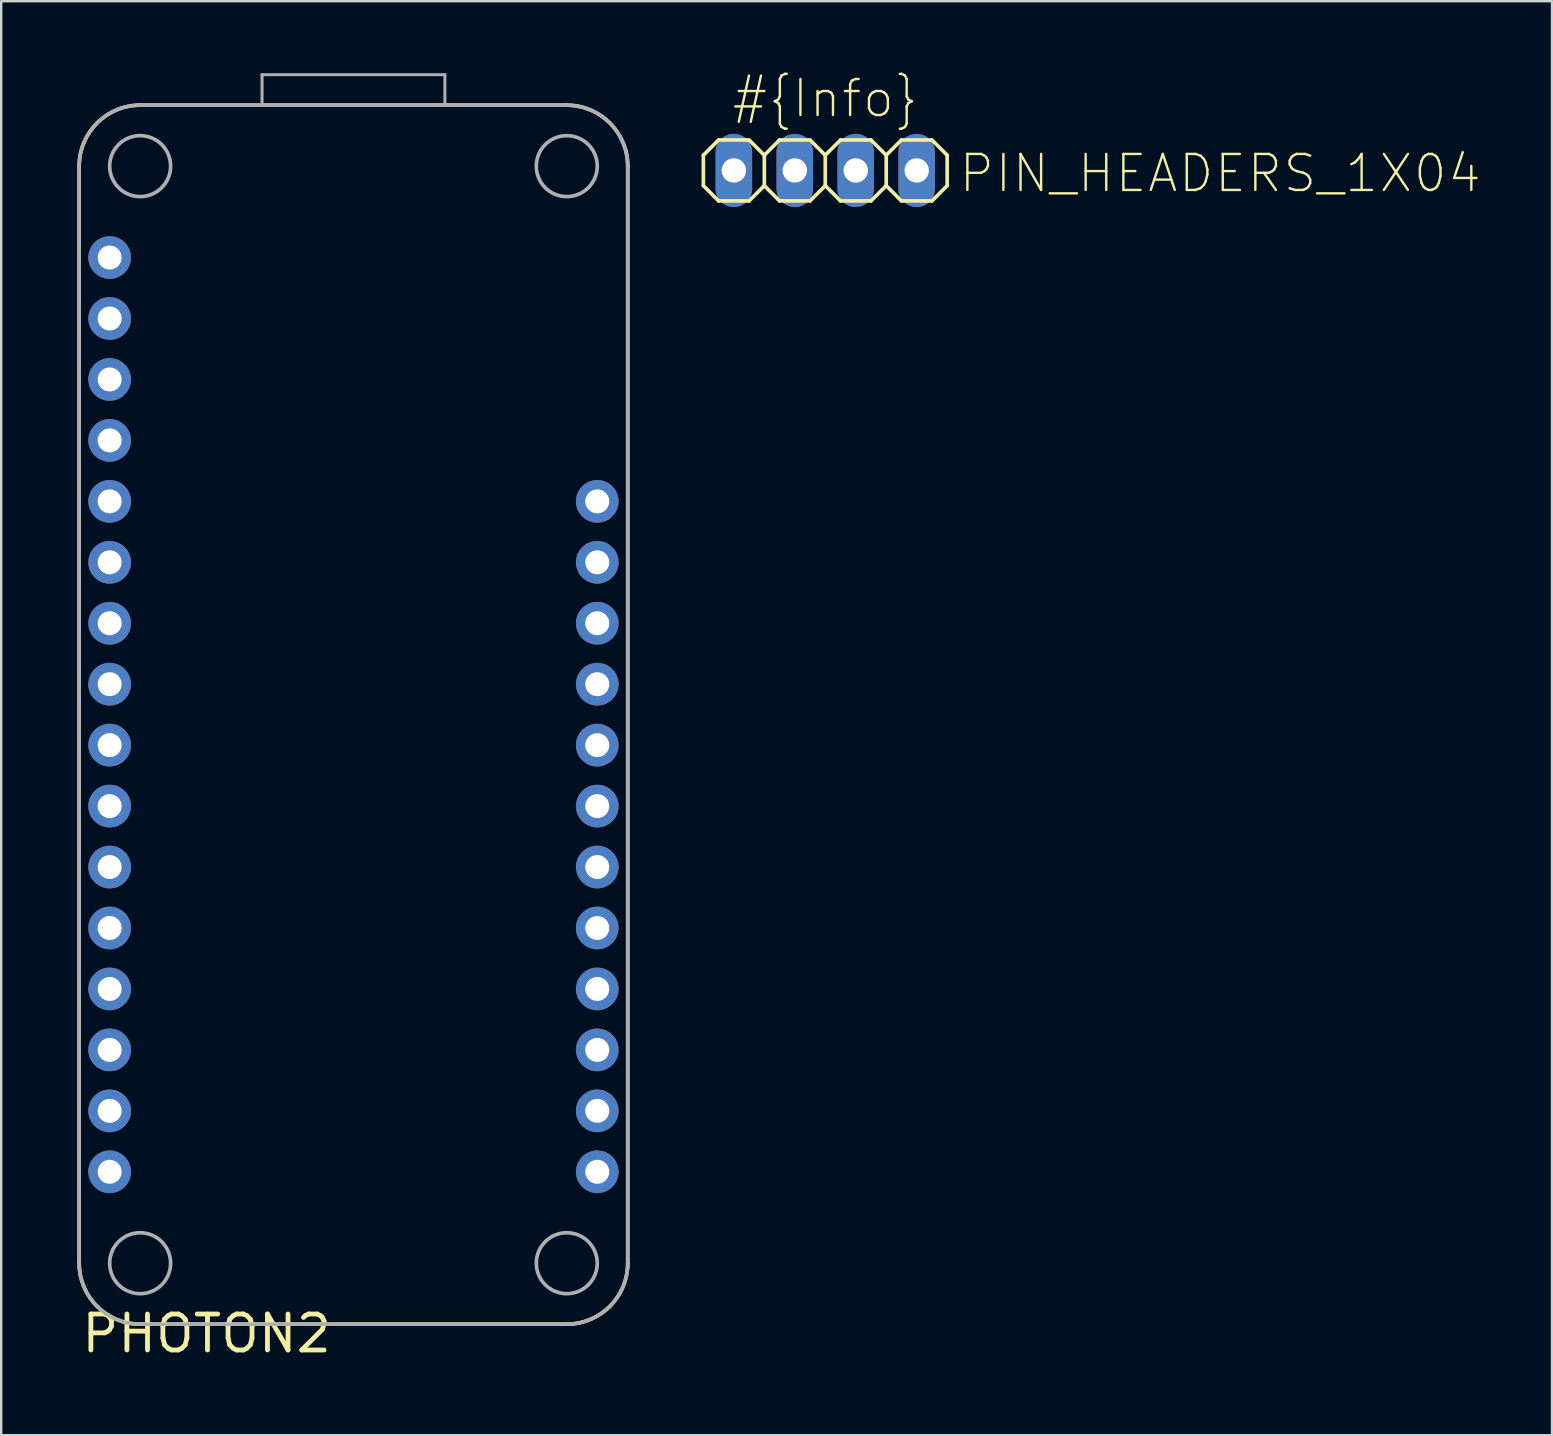
<source format=kicad_pcb>
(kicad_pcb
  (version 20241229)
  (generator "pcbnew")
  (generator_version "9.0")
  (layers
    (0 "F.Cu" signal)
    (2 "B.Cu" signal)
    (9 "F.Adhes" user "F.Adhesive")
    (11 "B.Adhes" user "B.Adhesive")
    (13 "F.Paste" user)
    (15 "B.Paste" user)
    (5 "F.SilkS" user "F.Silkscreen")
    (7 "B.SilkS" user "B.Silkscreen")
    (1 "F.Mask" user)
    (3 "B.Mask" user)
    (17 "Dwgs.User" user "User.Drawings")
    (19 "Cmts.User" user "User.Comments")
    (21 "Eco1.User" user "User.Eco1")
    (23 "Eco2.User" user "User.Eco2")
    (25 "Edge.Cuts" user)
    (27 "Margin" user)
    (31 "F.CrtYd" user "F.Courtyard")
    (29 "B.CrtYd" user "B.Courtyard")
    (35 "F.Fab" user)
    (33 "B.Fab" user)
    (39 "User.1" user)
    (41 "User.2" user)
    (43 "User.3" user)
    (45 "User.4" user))
  (footprint "PIN_HEADERS_1X04"
    (layer "F.Cu")
    (at 31.342 4.053)
    (property "Reference" "PIN_HEADERS_1X04" (at 5.5 1 0) (unlocked yes) (layer "F.SilkS") (effects (font (size 1.5 1.5) (thickness 0.1)) (justify left bottom)))
    (property "Info" "#{Info}" (at 0 -3 0) (layer "F.SilkS") (effects (font (size 1.5 1.5) (thickness 0.1))))
    (fp_line (start -5.08 -0.635) (end -5.08 0.635) (stroke (width 0.152) (type solid)) (layer "F.SilkS"))
    (fp_line (start -5.08 0.635) (end -4.445 1.27) (stroke (width 0.152) (type solid)) (layer "F.SilkS"))
    (fp_line (start -4.445 -1.27) (end -5.08 -0.635) (stroke (width 0.152) (type solid)) (layer "F.SilkS"))
    (fp_line (start -4.445 -1.27) (end -3.175 -1.27) (stroke (width 0.152) (type solid)) (layer "F.SilkS"))
    (fp_line (start -3.175 -1.27) (end -2.54 -0.635) (stroke (width 0.152) (type solid)) (layer "F.SilkS"))
    (fp_line (start -3.175 1.27) (end -4.445 1.27) (stroke (width 0.152) (type solid)) (layer "F.SilkS"))
    (fp_line (start -2.54 -0.635) (end -2.54 0.635) (stroke (width 0.152) (type solid)) (layer "F.SilkS"))
    (fp_line (start -2.54 -0.635) (end -1.905 -1.27) (stroke (width 0.152) (type solid)) (layer "F.SilkS"))
    (fp_line (start -2.54 0.635) (end -3.175 1.27) (stroke (width 0.152) (type solid)) (layer "F.SilkS"))
    (fp_line (start -1.905 -1.27) (end -0.635 -1.27) (stroke (width 0.152) (type solid)) (layer "F.SilkS"))
    (fp_line (start -1.905 1.27) (end -2.54 0.635) (stroke (width 0.152) (type solid)) (layer "F.SilkS"))
    (fp_line (start -0.635 -1.27) (end 0 -0.635) (stroke (width 0.152) (type solid)) (layer "F.SilkS"))
    (fp_line (start -0.635 1.27) (end -1.905 1.27) (stroke (width 0.152) (type solid)) (layer "F.SilkS"))
    (fp_line (start 0 -0.635) (end 0 0.635) (stroke (width 0.152) (type solid)) (layer "F.SilkS"))
    (fp_line (start 0 -0.635) (end 0.635 -1.27) (stroke (width 0.152) (type solid)) (layer "F.SilkS"))
    (fp_line (start 0 0.635) (end -0.635 1.27) (stroke (width 0.152) (type solid)) (layer "F.SilkS"))
    (fp_line (start 0.635 -1.27) (end 1.905 -1.27) (stroke (width 0.152) (type solid)) (layer "F.SilkS"))
    (fp_line (start 0.635 1.27) (end 0 0.635) (stroke (width 0.152) (type solid)) (layer "F.SilkS"))
    (fp_line (start 1.905 -1.27) (end 2.54 -0.635) (stroke (width 0.152) (type solid)) (layer "F.SilkS"))
    (fp_line (start 1.905 1.27) (end 0.635 1.27) (stroke (width 0.152) (type solid)) (layer "F.SilkS"))
    (fp_line (start 2.54 -0.635) (end 2.54 0.635) (stroke (width 0.152) (type solid)) (layer "F.SilkS"))
    (fp_line (start 2.54 0.635) (end 1.905 1.27) (stroke (width 0.152) (type solid)) (layer "F.SilkS"))
    (fp_line (start 2.54 0.635) (end 3.175 1.27) (stroke (width 0.152) (type solid)) (layer "F.SilkS"))
    (fp_line (start 3.175 -1.27) (end 2.54 -0.635) (stroke (width 0.152) (type solid)) (layer "F.SilkS"))
    (fp_line (start 3.175 -1.27) (end 4.445 -1.27) (stroke (width 0.152) (type solid)) (layer "F.SilkS"))
    (fp_line (start 4.445 -1.27) (end 5.08 -0.635) (stroke (width 0.152) (type solid)) (layer "F.SilkS"))
    (fp_line (start 4.445 1.27) (end 3.175 1.27) (stroke (width 0.152) (type solid)) (layer "F.SilkS"))
    (fp_line (start 5.08 -0.635) (end 5.08 0.635) (stroke (width 0.152) (type solid)) (layer "F.SilkS"))
    (fp_line (start 5.08 0.635) (end 4.445 1.27) (stroke (width 0.152) (type solid)) (layer "F.SilkS"))
    (fp_poly (pts (xy -4.064 0.254) (xy -3.556 0.254) (xy -3.556 -0.254) (xy -4.064 -0.254)) (stroke (width 0.1) (type default)) (fill no) (layer "F.Fab"))
    (fp_poly (pts (xy -1.524 0.254) (xy -1.016 0.254) (xy -1.016 -0.254) (xy -1.524 -0.254)) (stroke (width 0.1) (type default)) (fill no) (layer "F.Fab"))
    (fp_poly (pts (xy 1.016 0.254) (xy 1.524 0.254) (xy 1.524 -0.254) (xy 1.016 -0.254)) (stroke (width 0.1) (type default)) (fill no) (layer "F.Fab"))
    (fp_poly (pts (xy 3.556 0.254) (xy 4.064 0.254) (xy 4.064 -0.254) (xy 3.556 -0.254)) (stroke (width 0.1) (type default)) (fill no) (layer "F.Fab"))
    (pad "1" thru_hole oval (at -3.81 0 90) (size 3.048 1.524) (drill 1.016) (layers "*.Cu" "*.Mask"))
    (pad "2" thru_hole oval (at -1.27 0 90) (size 3.048 1.524) (drill 1.016) (layers "*.Cu" "*.Mask"))
    (pad "3" thru_hole oval (at 1.27 0 90) (size 3.048 1.524) (drill 1.016) (layers "*.Cu" "*.Mask"))
    (pad "4" thru_hole oval (at 3.81 0 90) (size 3.048 1.524) (drill 1.016) (layers "*.Cu" "*.Mask")))
  (footprint "PHOTON2"
    (layer "F.Cu")
    (at 0.25 52.133)
    (property "Reference" "PHOTON2" (at 0 1.27 0) (unlocked yes) (layer "F.SilkS") (effects (font (size 1.5 1.5) (thickness 0.2)) (justify left bottom)))
    (fp_line (start 0 -48.26) (end 0 -2.54) (stroke (width 0.152) (type solid)) (layer "F.SilkS"))
    (fp_line (start 2.54 0) (end 20.32 0) (stroke (width 0.152) (type solid)) (layer "F.SilkS"))
    (fp_line (start 20.32 -50.8) (end 2.54 -50.8) (stroke (width 0.152) (type solid)) (layer "F.SilkS"))
    (fp_line (start 22.86 -2.54) (end 22.86 -48.26) (stroke (width 0.152) (type solid)) (layer "F.SilkS"))
    (fp_arc (start 0 -48.26) (mid 0.743949 -50.056051) (end 2.54 -50.8) (stroke (width 0.1524) (type solid)) (layer "F.SilkS"))
    (fp_arc (start 2.54 0) (mid 0.743949 -0.743949) (end 0 -2.54) (stroke (width 0.1524) (type solid)) (layer "F.SilkS"))
    (fp_arc (start 20.32 -50.8) (mid 22.116051 -50.056051) (end 22.86 -48.26) (stroke (width 0.1524) (type solid)) (layer "F.SilkS"))
    (fp_arc (start 22.86 -2.54) (mid 22.116051 -0.743949) (end 20.32 0) (stroke (width 0.1524) (type solid)) (layer "F.SilkS"))
    (fp_line (start 0 -2.54) (end 0 -48.26) (stroke (width 0.152) (type solid)) (layer "F.Fab"))
    (fp_line (start 2.54 -50.8) (end 7.62 -50.8) (stroke (width 0.152) (type solid)) (layer "F.Fab"))
    (fp_line (start 7.62 -52.07) (end 15.24 -52.07) (stroke (width 0.127) (type solid)) (layer "F.Fab"))
    (fp_line (start 7.62 -50.8) (end 7.62 -52.07) (stroke (width 0.127) (type solid)) (layer "F.Fab"))
    (fp_line (start 7.62 -50.8) (end 15.24 -50.8) (stroke (width 0.152) (type solid)) (layer "F.Fab"))
    (fp_line (start 15.24 -52.07) (end 15.24 -50.8) (stroke (width 0.127) (type solid)) (layer "F.Fab"))
    (fp_line (start 15.24 -50.8) (end 20.32 -50.8) (stroke (width 0.152) (type solid)) (layer "F.Fab"))
    (fp_line (start 20.32 0) (end 2.54 0) (stroke (width 0.152) (type solid)) (layer "F.Fab"))
    (fp_line (start 22.86 -48.26) (end 22.86 -2.54) (stroke (width 0.152) (type solid)) (layer "F.Fab"))
    (fp_arc (start 0 -48.26) (mid 0.743949 -50.056051) (end 2.54 -50.8) (stroke (width 0.1524) (type solid)) (layer "F.Fab"))
    (fp_arc (start 2.54 0) (mid 0.743949 -0.743949) (end 0 -2.54) (stroke (width 0.1524) (type solid)) (layer "F.Fab"))
    (fp_arc (start 20.32 -50.8) (mid 22.116051 -50.056051) (end 22.86 -48.26) (stroke (width 0.1524) (type solid)) (layer "F.Fab"))
    (fp_arc (start 22.86 -2.54) (mid 22.116051 -0.743949) (end 20.32 0) (stroke (width 0.1524) (type solid)) (layer "F.Fab"))
    (fp_circle (center 2.54 -48.26) (end 3.81 -48.26) (stroke (width 0.152) (type solid)) (fill no) (layer "F.Fab"))
    (fp_circle (center 2.54 -2.54) (end 3.81 -2.54) (stroke (width 0.152) (type solid)) (fill no) (layer "F.Fab"))
    (fp_circle (center 20.32 -48.26) (end 21.59 -48.26) (stroke (width 0.152) (type solid)) (fill no) (layer "F.Fab"))
    (fp_circle (center 20.32 -2.54) (end 21.59 -2.54) (stroke (width 0.152) (type solid)) (fill no) (layer "F.Fab"))
    (pad "1" thru_hole circle (at 1.27 -44.45 270) (size 1.778 1.778) (drill 1) (layers "*.Cu" "*.Mask"))
    (pad "2" thru_hole circle (at 1.27 -41.91 270) (size 1.778 1.778) (drill 1) (layers "*.Cu" "*.Mask"))
    (pad "3" thru_hole circle (at 1.27 -39.37 270) (size 1.778 1.778) (drill 1) (layers "*.Cu" "*.Mask"))
    (pad "4" thru_hole circle (at 1.27 -36.83 270) (size 1.778 1.778) (drill 1) (layers "*.Cu" "*.Mask"))
    (pad "5" thru_hole circle (at 1.27 -34.29 270) (size 1.778 1.778) (drill 1) (layers "*.Cu" "*.Mask"))
    (pad "6" thru_hole circle (at 1.27 -31.75 270) (size 1.778 1.778) (drill 1) (layers "*.Cu" "*.Mask"))
    (pad "7" thru_hole circle (at 1.27 -29.21 270) (size 1.778 1.778) (drill 1) (layers "*.Cu" "*.Mask"))
    (pad "8" thru_hole circle (at 1.27 -26.67 270) (size 1.778 1.778) (drill 1) (layers "*.Cu" "*.Mask"))
    (pad "9" thru_hole circle (at 1.27 -24.13 270) (size 1.778 1.778) (drill 1) (layers "*.Cu" "*.Mask"))
    (pad "10" thru_hole circle (at 1.27 -21.59 270) (size 1.778 1.778) (drill 1) (layers "*.Cu" "*.Mask"))
    (pad "11" thru_hole circle (at 1.27 -19.05 270) (size 1.778 1.778) (drill 1) (layers "*.Cu" "*.Mask"))
    (pad "12" thru_hole circle (at 1.27 -16.51 270) (size 1.778 1.778) (drill 1) (layers "*.Cu" "*.Mask"))
    (pad "13" thru_hole circle (at 1.27 -13.97 270) (size 1.778 1.778) (drill 1) (layers "*.Cu" "*.Mask"))
    (pad "14" thru_hole circle (at 1.27 -11.43 270) (size 1.778 1.778) (drill 1) (layers "*.Cu" "*.Mask"))
    (pad "15" thru_hole circle (at 1.27 -8.89 270) (size 1.778 1.778) (drill 1) (layers "*.Cu" "*.Mask"))
    (pad "16" thru_hole circle (at 1.27 -6.35 270) (size 1.778 1.778) (drill 1) (layers "*.Cu" "*.Mask"))
    (pad "17" thru_hole circle (at 21.59 -6.35 270) (size 1.778 1.778) (drill 1) (layers "*.Cu" "*.Mask"))
    (pad "18" thru_hole circle (at 21.59 -8.89 270) (size 1.778 1.778) (drill 1) (layers "*.Cu" "*.Mask"))
    (pad "19" thru_hole circle (at 21.59 -11.43 270) (size 1.778 1.778) (drill 1) (layers "*.Cu" "*.Mask"))
    (pad "20" thru_hole circle (at 21.59 -13.97 270) (size 1.778 1.778) (drill 1) (layers "*.Cu" "*.Mask"))
    (pad "21" thru_hole circle (at 21.59 -16.51 270) (size 1.778 1.778) (drill 1) (layers "*.Cu" "*.Mask"))
    (pad "22" thru_hole circle (at 21.59 -19.05 270) (size 1.778 1.778) (drill 1) (layers "*.Cu" "*.Mask"))
    (pad "23" thru_hole circle (at 21.59 -21.59 270) (size 1.778 1.778) (drill 1) (layers "*.Cu" "*.Mask"))
    (pad "24" thru_hole circle (at 21.59 -24.13 270) (size 1.778 1.778) (drill 1) (layers "*.Cu" "*.Mask"))
    (pad "25" thru_hole circle (at 21.59 -26.67 270) (size 1.778 1.778) (drill 1) (layers "*.Cu" "*.Mask"))
    (pad "26" thru_hole circle (at 21.59 -29.21 270) (size 1.778 1.778) (drill 1) (layers "*.Cu" "*.Mask"))
    (pad "27" thru_hole circle (at 21.59 -31.75 270) (size 1.778 1.778) (drill 1) (layers "*.Cu" "*.Mask"))
    (pad "28" thru_hole circle (at 21.59 -34.29 270) (size 1.778 1.778) (drill 1) (layers "*.Cu" "*.Mask")))
  (gr_rect
    (start -3 -3)
    (end 61.628 56.761)
    (stroke (width 0.1) (type default))
    (fill no)
    (layer "Edge.Cuts")))
</source>
